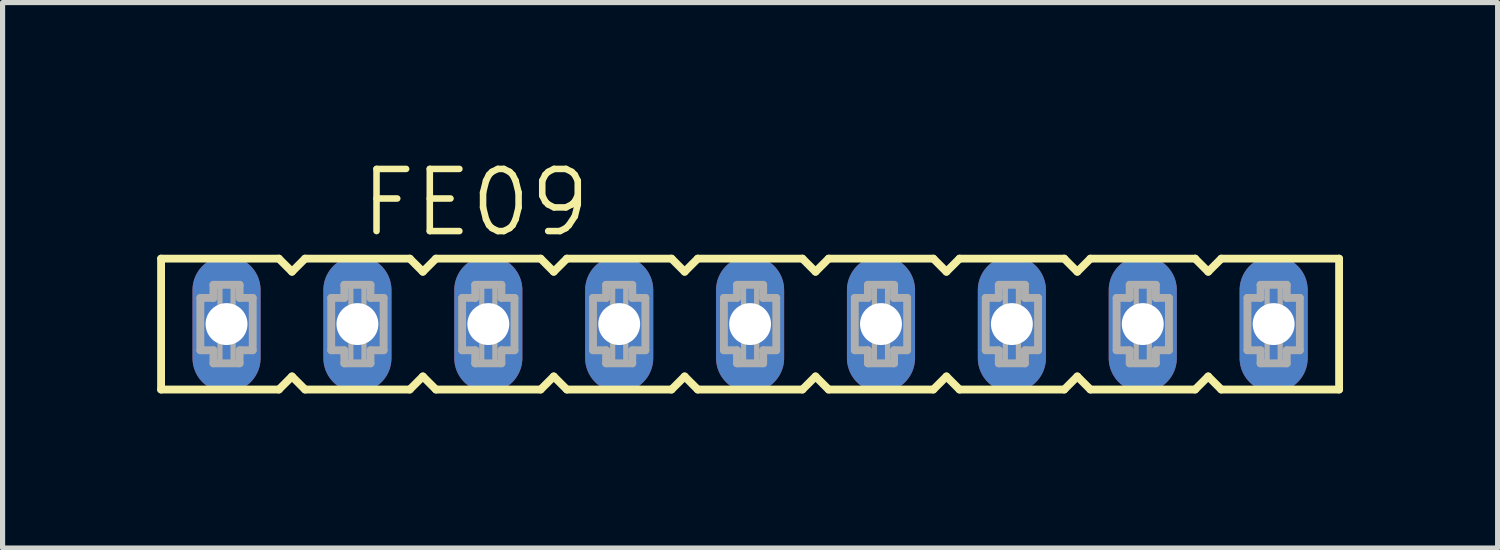
<source format=kicad_pcb>
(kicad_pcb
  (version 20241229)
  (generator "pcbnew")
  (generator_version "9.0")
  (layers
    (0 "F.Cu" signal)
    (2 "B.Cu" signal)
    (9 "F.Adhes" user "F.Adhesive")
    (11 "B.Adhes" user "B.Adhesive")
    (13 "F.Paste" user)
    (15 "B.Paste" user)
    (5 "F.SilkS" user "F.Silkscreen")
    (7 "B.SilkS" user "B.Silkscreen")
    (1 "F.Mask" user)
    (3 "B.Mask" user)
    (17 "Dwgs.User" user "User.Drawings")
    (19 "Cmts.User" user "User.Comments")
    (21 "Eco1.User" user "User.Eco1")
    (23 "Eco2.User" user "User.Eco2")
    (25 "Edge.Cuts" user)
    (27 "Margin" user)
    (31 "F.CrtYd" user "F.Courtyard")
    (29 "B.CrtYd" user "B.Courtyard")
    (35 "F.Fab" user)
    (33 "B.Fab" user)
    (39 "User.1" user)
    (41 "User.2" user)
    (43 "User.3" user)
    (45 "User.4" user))
  (footprint "FE09"
    (layer "F.Cu")
    (at 11.506 3.239)
    (property "Reference" "FE09" (at -7.62 -1.651 0) (layer "F.SilkS") (effects (font (size 1.206 1.206) (thickness 0.127)) (justify left bottom)))
    (attr through_hole)
    (fp_line (start -11.43 -1.27) (end -11.43 1.27) (stroke (width 0.152) (type solid)) (layer "F.SilkS"))
    (fp_line (start -11.43 1.27) (end -9.144 1.27) (stroke (width 0.152) (type solid)) (layer "F.SilkS"))
    (fp_line (start -9.144 -1.27) (end -11.43 -1.27) (stroke (width 0.152) (type solid)) (layer "F.SilkS"))
    (fp_line (start -9.144 1.27) (end -8.89 1.016) (stroke (width 0.152) (type solid)) (layer "F.SilkS"))
    (fp_line (start -8.89 -1.016) (end -9.144 -1.27) (stroke (width 0.152) (type solid)) (layer "F.SilkS"))
    (fp_line (start -8.89 1.016) (end -8.636 1.27) (stroke (width 0.152) (type solid)) (layer "F.SilkS"))
    (fp_line (start -8.636 -1.27) (end -8.89 -1.016) (stroke (width 0.152) (type solid)) (layer "F.SilkS"))
    (fp_line (start -8.636 1.27) (end -6.604 1.27) (stroke (width 0.152) (type solid)) (layer "F.SilkS"))
    (fp_line (start -6.604 -1.27) (end -8.636 -1.27) (stroke (width 0.152) (type solid)) (layer "F.SilkS"))
    (fp_line (start -6.604 1.27) (end -6.35 1.016) (stroke (width 0.152) (type solid)) (layer "F.SilkS"))
    (fp_line (start -6.35 -1.016) (end -6.604 -1.27) (stroke (width 0.152) (type solid)) (layer "F.SilkS"))
    (fp_line (start -6.35 1.016) (end -6.096 1.27) (stroke (width 0.152) (type solid)) (layer "F.SilkS"))
    (fp_line (start -6.096 -1.27) (end -6.35 -1.016) (stroke (width 0.152) (type solid)) (layer "F.SilkS"))
    (fp_line (start -6.096 1.27) (end -4.064 1.27) (stroke (width 0.152) (type solid)) (layer "F.SilkS"))
    (fp_line (start -4.064 -1.27) (end -6.096 -1.27) (stroke (width 0.152) (type solid)) (layer "F.SilkS"))
    (fp_line (start -4.064 1.27) (end -3.81 1.016) (stroke (width 0.152) (type solid)) (layer "F.SilkS"))
    (fp_line (start -3.81 -1.016) (end -4.064 -1.27) (stroke (width 0.152) (type solid)) (layer "F.SilkS"))
    (fp_line (start -3.81 1.016) (end -3.556 1.27) (stroke (width 0.152) (type solid)) (layer "F.SilkS"))
    (fp_line (start -3.556 -1.27) (end -3.81 -1.016) (stroke (width 0.152) (type solid)) (layer "F.SilkS"))
    (fp_line (start -3.556 1.27) (end -1.524 1.27) (stroke (width 0.152) (type solid)) (layer "F.SilkS"))
    (fp_line (start -1.524 -1.27) (end -3.556 -1.27) (stroke (width 0.152) (type solid)) (layer "F.SilkS"))
    (fp_line (start -1.524 1.27) (end -1.27 1.016) (stroke (width 0.152) (type solid)) (layer "F.SilkS"))
    (fp_line (start -1.27 -1.016) (end -1.524 -1.27) (stroke (width 0.152) (type solid)) (layer "F.SilkS"))
    (fp_line (start -1.27 1.016) (end -1.016 1.27) (stroke (width 0.152) (type solid)) (layer "F.SilkS"))
    (fp_line (start -1.016 -1.27) (end -1.27 -1.016) (stroke (width 0.152) (type solid)) (layer "F.SilkS"))
    (fp_line (start -1.016 1.27) (end 1.016 1.27) (stroke (width 0.152) (type solid)) (layer "F.SilkS"))
    (fp_line (start 1.016 -1.27) (end -1.016 -1.27) (stroke (width 0.152) (type solid)) (layer "F.SilkS"))
    (fp_line (start 1.016 1.27) (end 1.27 1.016) (stroke (width 0.152) (type solid)) (layer "F.SilkS"))
    (fp_line (start 1.27 -1.016) (end 1.016 -1.27) (stroke (width 0.152) (type solid)) (layer "F.SilkS"))
    (fp_line (start 1.27 1.016) (end 1.524 1.27) (stroke (width 0.152) (type solid)) (layer "F.SilkS"))
    (fp_line (start 1.524 -1.27) (end 1.27 -1.016) (stroke (width 0.152) (type solid)) (layer "F.SilkS"))
    (fp_line (start 1.524 1.27) (end 3.556 1.27) (stroke (width 0.152) (type solid)) (layer "F.SilkS"))
    (fp_line (start 3.556 -1.27) (end 1.524 -1.27) (stroke (width 0.152) (type solid)) (layer "F.SilkS"))
    (fp_line (start 3.556 1.27) (end 3.81 1.016) (stroke (width 0.152) (type solid)) (layer "F.SilkS"))
    (fp_line (start 3.81 -1.016) (end 3.556 -1.27) (stroke (width 0.152) (type solid)) (layer "F.SilkS"))
    (fp_line (start 3.81 1.016) (end 4.064 1.27) (stroke (width 0.152) (type solid)) (layer "F.SilkS"))
    (fp_line (start 4.064 -1.27) (end 3.81 -1.016) (stroke (width 0.152) (type solid)) (layer "F.SilkS"))
    (fp_line (start 4.064 1.27) (end 6.096 1.27) (stroke (width 0.152) (type solid)) (layer "F.SilkS"))
    (fp_line (start 6.096 -1.27) (end 4.064 -1.27) (stroke (width 0.152) (type solid)) (layer "F.SilkS"))
    (fp_line (start 6.096 1.27) (end 6.35 1.016) (stroke (width 0.152) (type solid)) (layer "F.SilkS"))
    (fp_line (start 6.35 -1.016) (end 6.096 -1.27) (stroke (width 0.152) (type solid)) (layer "F.SilkS"))
    (fp_line (start 6.35 1.016) (end 6.604 1.27) (stroke (width 0.152) (type solid)) (layer "F.SilkS"))
    (fp_line (start 6.604 -1.27) (end 6.35 -1.016) (stroke (width 0.152) (type solid)) (layer "F.SilkS"))
    (fp_line (start 6.604 1.27) (end 8.636 1.27) (stroke (width 0.152) (type solid)) (layer "F.SilkS"))
    (fp_line (start 8.636 -1.27) (end 6.604 -1.27) (stroke (width 0.152) (type solid)) (layer "F.SilkS"))
    (fp_line (start 8.636 1.27) (end 8.89 1.016) (stroke (width 0.152) (type solid)) (layer "F.SilkS"))
    (fp_line (start 8.89 -1.016) (end 8.636 -1.27) (stroke (width 0.152) (type solid)) (layer "F.SilkS"))
    (fp_line (start 8.89 1.016) (end 9.144 1.27) (stroke (width 0.152) (type solid)) (layer "F.SilkS"))
    (fp_line (start 9.144 -1.27) (end 8.89 -1.016) (stroke (width 0.152) (type solid)) (layer "F.SilkS"))
    (fp_line (start 9.144 1.27) (end 11.43 1.27) (stroke (width 0.152) (type solid)) (layer "F.SilkS"))
    (fp_line (start 11.43 -1.27) (end 9.144 -1.27) (stroke (width 0.152) (type solid)) (layer "F.SilkS"))
    (fp_line (start 11.43 1.27) (end 11.43 -1.27) (stroke (width 0.152) (type solid)) (layer "F.SilkS"))
    (fp_line (start -10.668 -0.508) (end -10.668 0.508) (stroke (width 0.152) (type solid)) (layer "F.Fab"))
    (fp_line (start -10.668 0.508) (end -10.414 0.508) (stroke (width 0.152) (type solid)) (layer "F.Fab"))
    (fp_line (start -10.414 -0.762) (end -10.414 -0.508) (stroke (width 0.152) (type solid)) (layer "F.Fab"))
    (fp_line (start -10.414 -0.508) (end -10.668 -0.508) (stroke (width 0.152) (type solid)) (layer "F.Fab"))
    (fp_line (start -10.414 0.508) (end -10.414 0.762) (stroke (width 0.152) (type solid)) (layer "F.Fab"))
    (fp_line (start -10.414 0.762) (end -9.906 0.762) (stroke (width 0.152) (type solid)) (layer "F.Fab"))
    (fp_line (start -9.906 -0.762) (end -10.414 -0.762) (stroke (width 0.152) (type solid)) (layer "F.Fab"))
    (fp_line (start -9.906 -0.508) (end -9.906 -0.762) (stroke (width 0.152) (type solid)) (layer "F.Fab"))
    (fp_line (start -9.906 0.508) (end -9.652 0.508) (stroke (width 0.152) (type solid)) (layer "F.Fab"))
    (fp_line (start -9.906 0.762) (end -9.906 0.508) (stroke (width 0.152) (type solid)) (layer "F.Fab"))
    (fp_line (start -9.652 -0.508) (end -9.906 -0.508) (stroke (width 0.152) (type solid)) (layer "F.Fab"))
    (fp_line (start -9.652 0.508) (end -9.652 -0.508) (stroke (width 0.152) (type solid)) (layer "F.Fab"))
    (fp_line (start -8.128 -0.508) (end -8.128 0.508) (stroke (width 0.152) (type solid)) (layer "F.Fab"))
    (fp_line (start -8.128 0.508) (end -7.874 0.508) (stroke (width 0.152) (type solid)) (layer "F.Fab"))
    (fp_line (start -7.874 -0.762) (end -7.874 -0.508) (stroke (width 0.152) (type solid)) (layer "F.Fab"))
    (fp_line (start -7.874 -0.508) (end -8.128 -0.508) (stroke (width 0.152) (type solid)) (layer "F.Fab"))
    (fp_line (start -7.874 0.508) (end -7.874 0.762) (stroke (width 0.152) (type solid)) (layer "F.Fab"))
    (fp_line (start -7.874 0.762) (end -7.366 0.762) (stroke (width 0.152) (type solid)) (layer "F.Fab"))
    (fp_line (start -7.366 -0.762) (end -7.874 -0.762) (stroke (width 0.152) (type solid)) (layer "F.Fab"))
    (fp_line (start -7.366 -0.508) (end -7.366 -0.762) (stroke (width 0.152) (type solid)) (layer "F.Fab"))
    (fp_line (start -7.366 0.508) (end -7.112 0.508) (stroke (width 0.152) (type solid)) (layer "F.Fab"))
    (fp_line (start -7.366 0.762) (end -7.366 0.508) (stroke (width 0.152) (type solid)) (layer "F.Fab"))
    (fp_line (start -7.112 -0.508) (end -7.366 -0.508) (stroke (width 0.152) (type solid)) (layer "F.Fab"))
    (fp_line (start -7.112 0.508) (end -7.112 -0.508) (stroke (width 0.152) (type solid)) (layer "F.Fab"))
    (fp_line (start -5.588 -0.508) (end -5.588 0.508) (stroke (width 0.152) (type solid)) (layer "F.Fab"))
    (fp_line (start -5.588 0.508) (end -5.334 0.508) (stroke (width 0.152) (type solid)) (layer "F.Fab"))
    (fp_line (start -5.334 -0.762) (end -5.334 -0.508) (stroke (width 0.152) (type solid)) (layer "F.Fab"))
    (fp_line (start -5.334 -0.508) (end -5.588 -0.508) (stroke (width 0.152) (type solid)) (layer "F.Fab"))
    (fp_line (start -5.334 0.508) (end -5.334 0.762) (stroke (width 0.152) (type solid)) (layer "F.Fab"))
    (fp_line (start -5.334 0.762) (end -4.826 0.762) (stroke (width 0.152) (type solid)) (layer "F.Fab"))
    (fp_line (start -4.826 -0.762) (end -5.334 -0.762) (stroke (width 0.152) (type solid)) (layer "F.Fab"))
    (fp_line (start -4.826 -0.508) (end -4.826 -0.762) (stroke (width 0.152) (type solid)) (layer "F.Fab"))
    (fp_line (start -4.826 0.508) (end -4.572 0.508) (stroke (width 0.152) (type solid)) (layer "F.Fab"))
    (fp_line (start -4.826 0.762) (end -4.826 0.508) (stroke (width 0.152) (type solid)) (layer "F.Fab"))
    (fp_line (start -4.572 -0.508) (end -4.826 -0.508) (stroke (width 0.152) (type solid)) (layer "F.Fab"))
    (fp_line (start -4.572 0.508) (end -4.572 -0.508) (stroke (width 0.152) (type solid)) (layer "F.Fab"))
    (fp_line (start -3.048 -0.508) (end -3.048 0.508) (stroke (width 0.152) (type solid)) (layer "F.Fab"))
    (fp_line (start -3.048 0.508) (end -2.794 0.508) (stroke (width 0.152) (type solid)) (layer "F.Fab"))
    (fp_line (start -2.794 -0.762) (end -2.794 -0.508) (stroke (width 0.152) (type solid)) (layer "F.Fab"))
    (fp_line (start -2.794 -0.508) (end -3.048 -0.508) (stroke (width 0.152) (type solid)) (layer "F.Fab"))
    (fp_line (start -2.794 0.508) (end -2.794 0.762) (stroke (width 0.152) (type solid)) (layer "F.Fab"))
    (fp_line (start -2.794 0.762) (end -2.286 0.762) (stroke (width 0.152) (type solid)) (layer "F.Fab"))
    (fp_line (start -2.286 -0.762) (end -2.794 -0.762) (stroke (width 0.152) (type solid)) (layer "F.Fab"))
    (fp_line (start -2.286 -0.508) (end -2.286 -0.762) (stroke (width 0.152) (type solid)) (layer "F.Fab"))
    (fp_line (start -2.286 0.508) (end -2.032 0.508) (stroke (width 0.152) (type solid)) (layer "F.Fab"))
    (fp_line (start -2.286 0.762) (end -2.286 0.508) (stroke (width 0.152) (type solid)) (layer "F.Fab"))
    (fp_line (start -2.032 -0.508) (end -2.286 -0.508) (stroke (width 0.152) (type solid)) (layer "F.Fab"))
    (fp_line (start -2.032 0.508) (end -2.032 -0.508) (stroke (width 0.152) (type solid)) (layer "F.Fab"))
    (fp_line (start -0.508 -0.508) (end -0.508 0.508) (stroke (width 0.152) (type solid)) (layer "F.Fab"))
    (fp_line (start -0.508 0.508) (end -0.254 0.508) (stroke (width 0.152) (type solid)) (layer "F.Fab"))
    (fp_line (start -0.254 -0.762) (end -0.254 -0.508) (stroke (width 0.152) (type solid)) (layer "F.Fab"))
    (fp_line (start -0.254 -0.508) (end -0.508 -0.508) (stroke (width 0.152) (type solid)) (layer "F.Fab"))
    (fp_line (start -0.254 0.508) (end -0.254 0.762) (stroke (width 0.152) (type solid)) (layer "F.Fab"))
    (fp_line (start -0.254 0.762) (end 0.254 0.762) (stroke (width 0.152) (type solid)) (layer "F.Fab"))
    (fp_line (start 0.254 -0.762) (end -0.254 -0.762) (stroke (width 0.152) (type solid)) (layer "F.Fab"))
    (fp_line (start 0.254 -0.508) (end 0.254 -0.762) (stroke (width 0.152) (type solid)) (layer "F.Fab"))
    (fp_line (start 0.254 0.508) (end 0.508 0.508) (stroke (width 0.152) (type solid)) (layer "F.Fab"))
    (fp_line (start 0.254 0.762) (end 0.254 0.508) (stroke (width 0.152) (type solid)) (layer "F.Fab"))
    (fp_line (start 0.508 -0.508) (end 0.254 -0.508) (stroke (width 0.152) (type solid)) (layer "F.Fab"))
    (fp_line (start 0.508 0.508) (end 0.508 -0.508) (stroke (width 0.152) (type solid)) (layer "F.Fab"))
    (fp_line (start 2.032 -0.508) (end 2.032 0.508) (stroke (width 0.152) (type solid)) (layer "F.Fab"))
    (fp_line (start 2.032 0.508) (end 2.286 0.508) (stroke (width 0.152) (type solid)) (layer "F.Fab"))
    (fp_line (start 2.286 -0.762) (end 2.286 -0.508) (stroke (width 0.152) (type solid)) (layer "F.Fab"))
    (fp_line (start 2.286 -0.508) (end 2.032 -0.508) (stroke (width 0.152) (type solid)) (layer "F.Fab"))
    (fp_line (start 2.286 0.508) (end 2.286 0.762) (stroke (width 0.152) (type solid)) (layer "F.Fab"))
    (fp_line (start 2.286 0.762) (end 2.794 0.762) (stroke (width 0.152) (type solid)) (layer "F.Fab"))
    (fp_line (start 2.794 -0.762) (end 2.286 -0.762) (stroke (width 0.152) (type solid)) (layer "F.Fab"))
    (fp_line (start 2.794 -0.508) (end 2.794 -0.762) (stroke (width 0.152) (type solid)) (layer "F.Fab"))
    (fp_line (start 2.794 0.508) (end 3.048 0.508) (stroke (width 0.152) (type solid)) (layer "F.Fab"))
    (fp_line (start 2.794 0.762) (end 2.794 0.508) (stroke (width 0.152) (type solid)) (layer "F.Fab"))
    (fp_line (start 3.048 -0.508) (end 2.794 -0.508) (stroke (width 0.152) (type solid)) (layer "F.Fab"))
    (fp_line (start 3.048 0.508) (end 3.048 -0.508) (stroke (width 0.152) (type solid)) (layer "F.Fab"))
    (fp_line (start 4.572 -0.508) (end 4.572 0.508) (stroke (width 0.152) (type solid)) (layer "F.Fab"))
    (fp_line (start 4.572 0.508) (end 4.826 0.508) (stroke (width 0.152) (type solid)) (layer "F.Fab"))
    (fp_line (start 4.826 -0.762) (end 4.826 -0.508) (stroke (width 0.152) (type solid)) (layer "F.Fab"))
    (fp_line (start 4.826 -0.508) (end 4.572 -0.508) (stroke (width 0.152) (type solid)) (layer "F.Fab"))
    (fp_line (start 4.826 0.508) (end 4.826 0.762) (stroke (width 0.152) (type solid)) (layer "F.Fab"))
    (fp_line (start 4.826 0.762) (end 5.334 0.762) (stroke (width 0.152) (type solid)) (layer "F.Fab"))
    (fp_line (start 5.334 -0.762) (end 4.826 -0.762) (stroke (width 0.152) (type solid)) (layer "F.Fab"))
    (fp_line (start 5.334 -0.508) (end 5.334 -0.762) (stroke (width 0.152) (type solid)) (layer "F.Fab"))
    (fp_line (start 5.334 0.508) (end 5.588 0.508) (stroke (width 0.152) (type solid)) (layer "F.Fab"))
    (fp_line (start 5.334 0.762) (end 5.334 0.508) (stroke (width 0.152) (type solid)) (layer "F.Fab"))
    (fp_line (start 5.588 -0.508) (end 5.334 -0.508) (stroke (width 0.152) (type solid)) (layer "F.Fab"))
    (fp_line (start 5.588 0.508) (end 5.588 -0.508) (stroke (width 0.152) (type solid)) (layer "F.Fab"))
    (fp_line (start 7.112 -0.508) (end 7.112 0.508) (stroke (width 0.152) (type solid)) (layer "F.Fab"))
    (fp_line (start 7.112 0.508) (end 7.366 0.508) (stroke (width 0.152) (type solid)) (layer "F.Fab"))
    (fp_line (start 7.366 -0.762) (end 7.366 -0.508) (stroke (width 0.152) (type solid)) (layer "F.Fab"))
    (fp_line (start 7.366 -0.508) (end 7.112 -0.508) (stroke (width 0.152) (type solid)) (layer "F.Fab"))
    (fp_line (start 7.366 0.508) (end 7.366 0.762) (stroke (width 0.152) (type solid)) (layer "F.Fab"))
    (fp_line (start 7.366 0.762) (end 7.874 0.762) (stroke (width 0.152) (type solid)) (layer "F.Fab"))
    (fp_line (start 7.874 -0.762) (end 7.366 -0.762) (stroke (width 0.152) (type solid)) (layer "F.Fab"))
    (fp_line (start 7.874 -0.508) (end 7.874 -0.762) (stroke (width 0.152) (type solid)) (layer "F.Fab"))
    (fp_line (start 7.874 0.508) (end 8.128 0.508) (stroke (width 0.152) (type solid)) (layer "F.Fab"))
    (fp_line (start 7.874 0.762) (end 7.874 0.508) (stroke (width 0.152) (type solid)) (layer "F.Fab"))
    (fp_line (start 8.128 -0.508) (end 7.874 -0.508) (stroke (width 0.152) (type solid)) (layer "F.Fab"))
    (fp_line (start 8.128 0.508) (end 8.128 -0.508) (stroke (width 0.152) (type solid)) (layer "F.Fab"))
    (fp_line (start 9.652 -0.508) (end 9.652 0.508) (stroke (width 0.152) (type solid)) (layer "F.Fab"))
    (fp_line (start 9.652 0.508) (end 9.906 0.508) (stroke (width 0.152) (type solid)) (layer "F.Fab"))
    (fp_line (start 9.906 -0.762) (end 9.906 -0.508) (stroke (width 0.152) (type solid)) (layer "F.Fab"))
    (fp_line (start 9.906 -0.508) (end 9.652 -0.508) (stroke (width 0.152) (type solid)) (layer "F.Fab"))
    (fp_line (start 9.906 0.508) (end 9.906 0.762) (stroke (width 0.152) (type solid)) (layer "F.Fab"))
    (fp_line (start 9.906 0.762) (end 10.414 0.762) (stroke (width 0.152) (type solid)) (layer "F.Fab"))
    (fp_line (start 10.414 -0.762) (end 9.906 -0.762) (stroke (width 0.152) (type solid)) (layer "F.Fab"))
    (fp_line (start 10.414 -0.508) (end 10.414 -0.762) (stroke (width 0.152) (type solid)) (layer "F.Fab"))
    (fp_line (start 10.414 0.508) (end 10.668 0.508) (stroke (width 0.152) (type solid)) (layer "F.Fab"))
    (fp_line (start 10.414 0.762) (end 10.414 0.508) (stroke (width 0.152) (type solid)) (layer "F.Fab"))
    (fp_line (start 10.668 -0.508) (end 10.414 -0.508) (stroke (width 0.152) (type solid)) (layer "F.Fab"))
    (fp_line (start 10.668 0.508) (end 10.668 -0.508) (stroke (width 0.152) (type solid)) (layer "F.Fab"))
    (fp_poly (pts (xy -10.287 -0.254) (xy -10.033 -0.254) (xy -10.033 -0.762) (xy -10.287 -0.762)) (stroke (width 0.1) (type solid)) (fill no) (layer "F.Fab"))
    (fp_poly (pts (xy -10.287 0.762) (xy -10.033 0.762) (xy -10.033 0.254) (xy -10.287 0.254)) (stroke (width 0.1) (type solid)) (fill no) (layer "F.Fab"))
    (fp_poly (pts (xy -7.747 -0.254) (xy -7.493 -0.254) (xy -7.493 -0.762) (xy -7.747 -0.762)) (stroke (width 0.1) (type solid)) (fill no) (layer "F.Fab"))
    (fp_poly (pts (xy -7.747 0.762) (xy -7.493 0.762) (xy -7.493 0.254) (xy -7.747 0.254)) (stroke (width 0.1) (type solid)) (fill no) (layer "F.Fab"))
    (fp_poly (pts (xy -5.207 -0.254) (xy -4.953 -0.254) (xy -4.953 -0.762) (xy -5.207 -0.762)) (stroke (width 0.1) (type solid)) (fill no) (layer "F.Fab"))
    (fp_poly (pts (xy -5.207 0.762) (xy -4.953 0.762) (xy -4.953 0.254) (xy -5.207 0.254)) (stroke (width 0.1) (type solid)) (fill no) (layer "F.Fab"))
    (fp_poly (pts (xy -2.667 -0.254) (xy -2.413 -0.254) (xy -2.413 -0.762) (xy -2.667 -0.762)) (stroke (width 0.1) (type solid)) (fill no) (layer "F.Fab"))
    (fp_poly (pts (xy -2.667 0.762) (xy -2.413 0.762) (xy -2.413 0.254) (xy -2.667 0.254)) (stroke (width 0.1) (type solid)) (fill no) (layer "F.Fab"))
    (fp_poly (pts (xy -0.127 -0.254) (xy 0.127 -0.254) (xy 0.127 -0.762) (xy -0.127 -0.762)) (stroke (width 0.1) (type solid)) (fill no) (layer "F.Fab"))
    (fp_poly (pts (xy -0.127 0.762) (xy 0.127 0.762) (xy 0.127 0.254) (xy -0.127 0.254)) (stroke (width 0.1) (type solid)) (fill no) (layer "F.Fab"))
    (fp_poly (pts (xy 2.413 -0.254) (xy 2.667 -0.254) (xy 2.667 -0.762) (xy 2.413 -0.762)) (stroke (width 0.1) (type solid)) (fill no) (layer "F.Fab"))
    (fp_poly (pts (xy 2.413 0.762) (xy 2.667 0.762) (xy 2.667 0.254) (xy 2.413 0.254)) (stroke (width 0.1) (type solid)) (fill no) (layer "F.Fab"))
    (fp_poly (pts (xy 4.953 -0.254) (xy 5.207 -0.254) (xy 5.207 -0.762) (xy 4.953 -0.762)) (stroke (width 0.1) (type solid)) (fill no) (layer "F.Fab"))
    (fp_poly (pts (xy 4.953 0.762) (xy 5.207 0.762) (xy 5.207 0.254) (xy 4.953 0.254)) (stroke (width 0.1) (type solid)) (fill no) (layer "F.Fab"))
    (fp_poly (pts (xy 7.493 -0.254) (xy 7.747 -0.254) (xy 7.747 -0.762) (xy 7.493 -0.762)) (stroke (width 0.1) (type solid)) (fill no) (layer "F.Fab"))
    (fp_poly (pts (xy 7.493 0.762) (xy 7.747 0.762) (xy 7.747 0.254) (xy 7.493 0.254)) (stroke (width 0.1) (type solid)) (fill no) (layer "F.Fab"))
    (fp_poly (pts (xy 10.033 -0.254) (xy 10.287 -0.254) (xy 10.287 -0.762) (xy 10.033 -0.762)) (stroke (width 0.1) (type solid)) (fill no) (layer "F.Fab"))
    (fp_poly (pts (xy 10.033 0.762) (xy 10.287 0.762) (xy 10.287 0.254) (xy 10.033 0.254)) (stroke (width 0.1) (type solid)) (fill no) (layer "F.Fab"))
    (pad "1" thru_hole oval (at -10.16 0 90) (size 2.642 1.321) (drill 0.813) (layers "*.Cu" "*.Mask"))
    (pad "2" thru_hole oval (at -7.62 0 90) (size 2.642 1.321) (drill 0.813) (layers "*.Cu" "*.Mask"))
    (pad "3" thru_hole oval (at -5.08 0 90) (size 2.642 1.321) (drill 0.813) (layers "*.Cu" "*.Mask"))
    (pad "4" thru_hole oval (at -2.54 0 90) (size 2.642 1.321) (drill 0.813) (layers "*.Cu" "*.Mask"))
    (pad "5" thru_hole oval (at 0 0 90) (size 2.642 1.321) (drill 0.813) (layers "*.Cu" "*.Mask"))
    (pad "6" thru_hole oval (at 2.54 0 90) (size 2.642 1.321) (drill 0.813) (layers "*.Cu" "*.Mask"))
    (pad "7" thru_hole oval (at 5.08 0 90) (size 2.642 1.321) (drill 0.813) (layers "*.Cu" "*.Mask"))
    (pad "8" thru_hole oval (at 7.62 0 90) (size 2.642 1.321) (drill 0.813) (layers "*.Cu" "*.Mask"))
    (pad "9" thru_hole oval (at 10.16 0 90) (size 2.642 1.321) (drill 0.813) (layers "*.Cu" "*.Mask")))
  (gr_rect
    (start -3 -3)
    (end 26.012 7.585)
    (stroke (width 0.1) (type default))
    (fill no)
    (layer "Edge.Cuts")))
</source>
